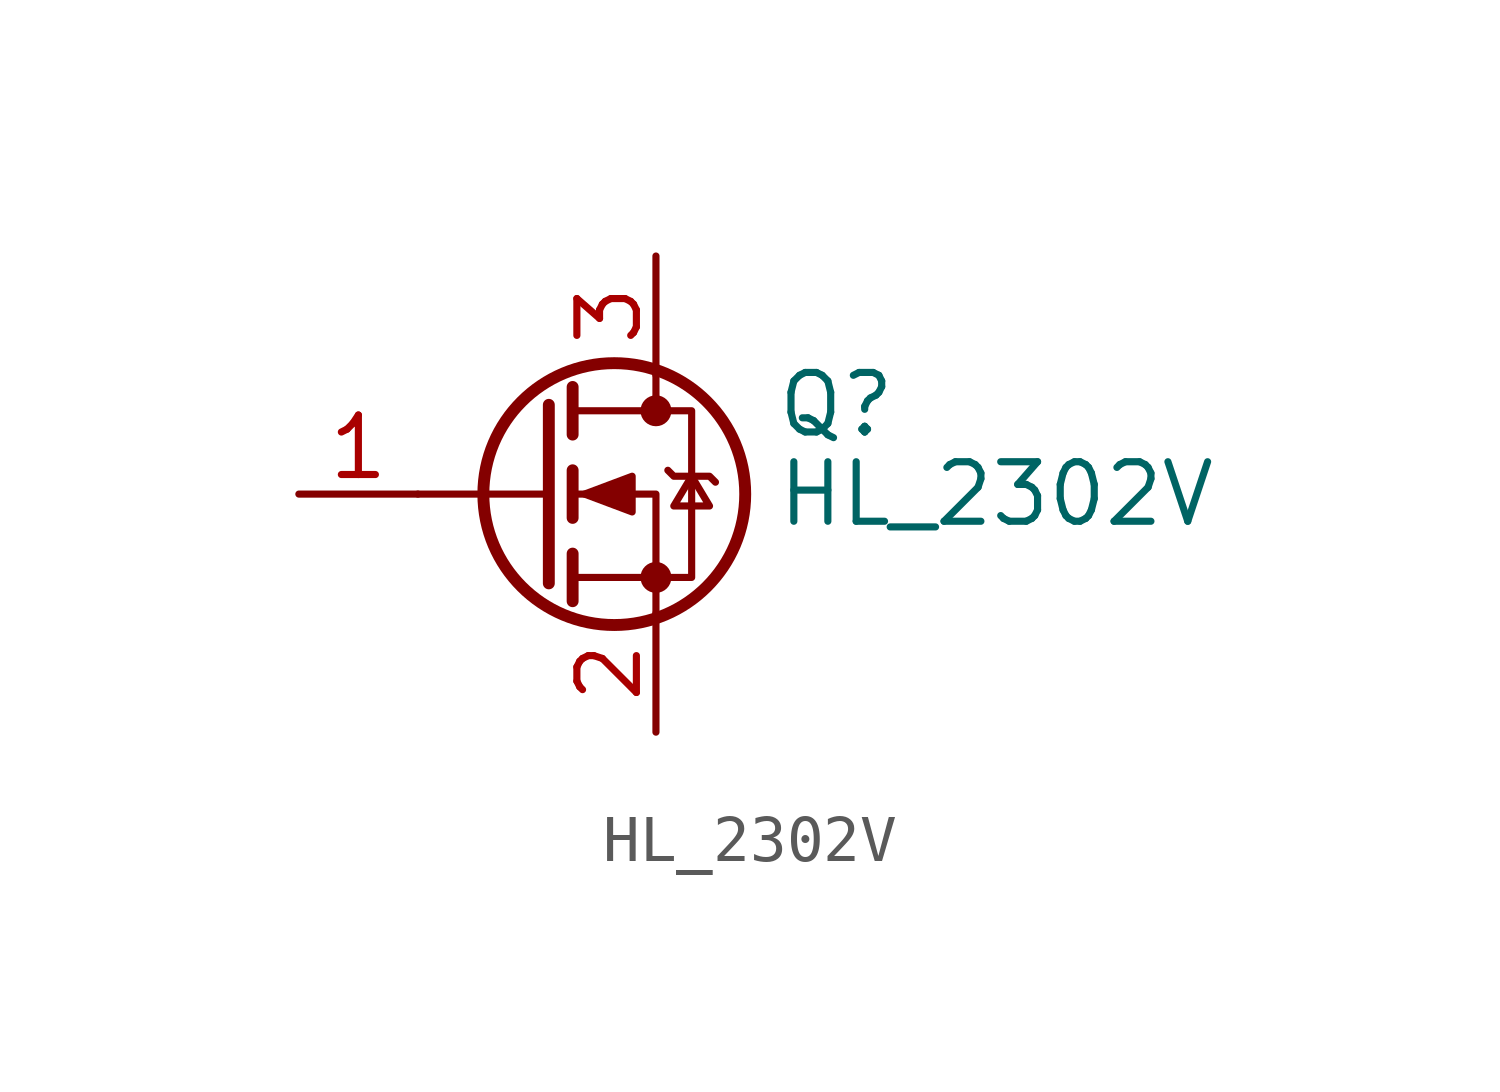
<source format=kicad_sym>
(kicad_symbol_lib
  (version 20231120)
  (generator "kicad_symbol_editor")
  (generator_version "8.0")
  (symbol "HL_2302V"
    (pin_names hide)
    (property "Reference" "Q"
      (at 5.08 1.905 0)
      (effects (font (size 1.27 1.27)) (justify left)))
    (property "Value" "HL_2302V"
      (at 5.08 0 0)
      (effects (font (size 1.27 1.27)) (justify left)))
    (symbol "HL_2302V_0_1"
      (polyline (pts (xy 0.254 0) (xy -2.54 0)) (stroke (width 0) (type default)) (fill (type none)))
      (polyline (pts (xy 0.254 1.905) (xy 0.254 -1.905)) (stroke (width 0.254) (type default)) (fill (type none)))
      (polyline (pts (xy 0.762 -1.27) (xy 0.762 -2.286)) (stroke (width 0.254) (type default)) (fill (type none)))
      (polyline (pts (xy 0.762 0.508) (xy 0.762 -0.508)) (stroke (width 0.254) (type default)) (fill (type none)))
      (polyline (pts (xy 0.762 2.286) (xy 0.762 1.27)) (stroke (width 0.254) (type default)) (fill (type none)))
      (polyline (pts (xy 2.54 2.54) (xy 2.54 1.778)) (stroke (width 0) (type default)) (fill (type none)))
      (polyline (pts (xy 2.54 -2.54) (xy 2.54 0) (xy 0.762 0)) (stroke (width 0) (type default)) (fill (type none)))
      (polyline (pts (xy 0.762 -1.778) (xy 3.302 -1.778) (xy 3.302 1.778) (xy 0.762 1.778)) (stroke (width 0) (type default)) (fill (type none)))
      (polyline (pts (xy 1.016 0) (xy 2.032 0.381) (xy 2.032 -0.381) (xy 1.016 0)) (stroke (width 0) (type default)) (fill (type outline)))
      (polyline (pts (xy 2.794 0.508) (xy 2.921 0.381) (xy 3.683 0.381) (xy 3.81 0.254)) (stroke (width 0) (type default)) (fill (type none)))
      (polyline (pts (xy 3.302 0.381) (xy 2.921 -0.254) (xy 3.683 -0.254) (xy 3.302 0.381)) (stroke (width 0) (type default)) (fill (type none)))
      (circle (center 1.651 0) (radius 2.794) (stroke (width 0.254) (type default)) (fill (type none)))
      (circle (center 2.54 -1.778) (radius 0.254) (stroke (width 0) (type default)) (fill (type outline)))
      (circle (center 2.54 1.778) (radius 0.254) (stroke (width 0) (type default)) (fill (type outline))))
    (symbol "HL_2302V_1_1"
      (pin input line (at -5.08 0 0) (length 2.54) (name "G" (effects (font (size 1.27 1.27)))) (number "1" (effects (font (size 1.27 1.27)))))
      (pin passive line (at 2.54 -5.08 90) (length 2.54) (name "S" (effects (font (size 1.27 1.27)))) (number "2" (effects (font (size 1.27 1.27)))))
      (pin passive line (at 2.54 5.08 270) (length 2.54) (name "D" (effects (font (size 1.27 1.27)))) (number "3" (effects (font (size 1.27 1.27))))))))
</source>
